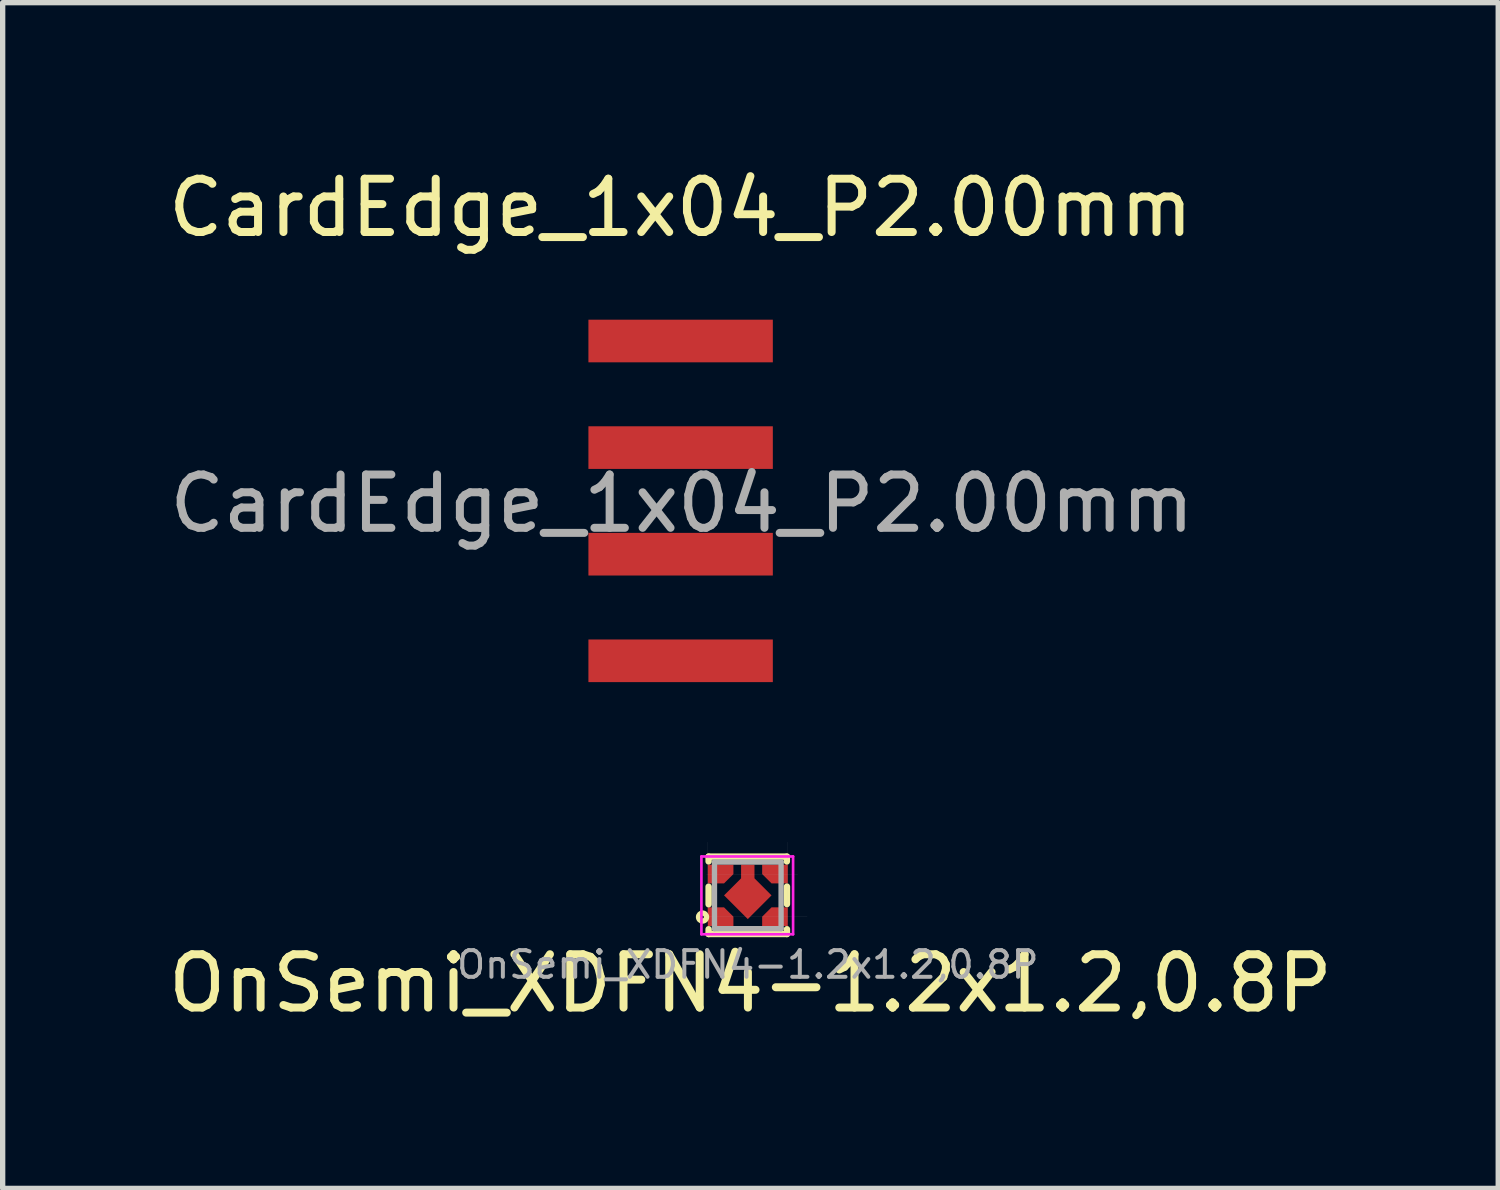
<source format=kicad_pcb>
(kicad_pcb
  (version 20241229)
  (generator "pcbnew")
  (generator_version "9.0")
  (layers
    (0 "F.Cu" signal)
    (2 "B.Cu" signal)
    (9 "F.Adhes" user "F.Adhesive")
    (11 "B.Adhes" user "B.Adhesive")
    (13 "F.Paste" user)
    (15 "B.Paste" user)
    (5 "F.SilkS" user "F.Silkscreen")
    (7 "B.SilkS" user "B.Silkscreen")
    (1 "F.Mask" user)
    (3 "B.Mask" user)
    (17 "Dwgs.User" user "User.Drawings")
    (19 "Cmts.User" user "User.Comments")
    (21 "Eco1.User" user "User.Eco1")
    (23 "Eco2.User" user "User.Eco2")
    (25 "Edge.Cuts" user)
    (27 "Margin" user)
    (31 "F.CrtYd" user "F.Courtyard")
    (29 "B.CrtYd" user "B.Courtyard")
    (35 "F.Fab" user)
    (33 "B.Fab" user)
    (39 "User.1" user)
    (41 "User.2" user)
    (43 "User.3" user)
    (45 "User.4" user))
  (footprint "CardEdge_1x04_P2.00mm"
    (layer "F.Cu")
    (at 9.72 3.348)
    (property "Reference" "CardEdge_1x04_P2.00mm" (at 0 -2.5 0) (layer "F.SilkS") (effects (font (size 1 1) (thickness 0.15))))
    (attr exclude_from_pos_files exclude_from_bom)
    (fp_text user "${REFERENCE}" (at 0.025 3.05 0) (layer "F.Fab") (effects (font (size 1 1) (thickness 0.15))))
    (pad "1" connect rect (at 0 6) (size 3.46 0.8) (layers "F.Cu" "F.Mask"))
    (pad "2" connect rect (at 0 4) (size 3.46 0.8) (layers "F.Cu" "F.Mask"))
    (pad "3" connect rect (at 0 2) (size 3.46 0.8) (layers "F.Cu" "F.Mask"))
    (pad "4" connect rect (at 0 0) (size 3.46 0.8) (layers "F.Cu" "F.Mask")))
  (footprint "OnSemi_XDFN4-1.2x1.2,0.8P"
    (layer "F.Cu")
    (at 10.98 13.749)
    (property "Reference" "OnSemi_XDFN4-1.2x1.2,0.8P" (at 0.05 1.65 0) (layer "F.SilkS") (effects (font (size 1 1) (thickness 0.15))))
    (attr smd)
    (fp_line (start -0.735 -0.727) (end 0.735 -0.727) (stroke (width 0.12) (type solid)) (layer "F.SilkS"))
    (fp_line (start -0.735 -0.637) (end -0.735 -0.727) (stroke (width 0.12) (type solid)) (layer "F.SilkS"))
    (fp_line (start -0.735 -0.163) (end -0.735 0.167) (stroke (width 0.12) (type solid)) (layer "F.SilkS"))
    (fp_line (start -0.735 0.725) (end -0.735 0.635) (stroke (width 0.12) (type solid)) (layer "F.SilkS"))
    (fp_line (start -0.735 0.725) (end 0.735 0.725) (stroke (width 0.12) (type solid)) (layer "F.SilkS"))
    (fp_line (start 0.733 -0.636) (end 0.733 -0.726) (stroke (width 0.12) (type solid)) (layer "F.SilkS"))
    (fp_line (start 0.735 -0.165) (end 0.735 0.164) (stroke (width 0.12) (type solid)) (layer "F.SilkS"))
    (fp_line (start 0.735 0.725) (end 0.735 0.635) (stroke (width 0.12) (type solid)) (layer "F.SilkS"))
    (fp_circle (center -0.849 0.407) (end -0.849 0.382) (stroke (width 0.1) (type default)) (fill no) (layer "F.SilkS"))
    (fp_line (start -0.87 -0.73) (end 0.85 -0.73) (stroke (width 0.05) (type solid)) (layer "F.CrtYd"))
    (fp_line (start -0.87 0.73) (end -0.87 -0.73) (stroke (width 0.05) (type solid)) (layer "F.CrtYd"))
    (fp_line (start 0.85 -0.73) (end 0.85 0.73) (stroke (width 0.05) (type solid)) (layer "F.CrtYd"))
    (fp_line (start 0.85 0.73) (end -0.87 0.73) (stroke (width 0.05) (type solid)) (layer "F.CrtYd"))
    (fp_line (start -0.75 -1) (end -0.75 0.5) (stroke (width 0.001) (type solid)) (layer "F.Fab"))
    (fp_line (start -0.625 -0.625) (end -0.625 0.625) (stroke (width 0.1) (type default)) (layer "F.Fab"))
    (fp_line (start -0.625 0.625) (end 0.625 0.625) (stroke (width 0.1) (type default)) (layer "F.Fab"))
    (fp_line (start 0.625 -0.625) (end -0.625 -0.625) (stroke (width 0.1) (type default)) (layer "F.Fab"))
    (fp_line (start 0.625 0.625) (end 0.625 -0.625) (stroke (width 0.1) (type default)) (layer "F.Fab"))
    (fp_line (start 0.75 -1) (end -0.75 -1) (stroke (width 0.001) (type solid)) (layer "F.Fab"))
    (fp_line (start 0.75 0.5) (end 0.75 -1) (stroke (width 0.001) (type solid)) (layer "F.Fab"))
    (fp_line (start 0.939 -0.4) (end -0.775 -0.4) (stroke (width 0.001) (type solid)) (layer "F.Fab"))
    (fp_line (start 1.114 0.4) (end -0.753 0.4) (stroke (width 0.001) (type solid)) (layer "F.Fab"))
    (fp_text user "${REFERENCE}" (at 0 1.3 0) (layer "F.Fab") (effects (font (size 0.5 0.5) (thickness 0.075))))
    (pad "1" smd custom (at -0.598 0.4) (size 0.305 0.35) (layers "F.Cu" "F.Mask" "F.Paste") (options (anchor rect)) (primitives (gr_poly (pts (xy -0.152 -0.175) (xy -0.152 0.175) (xy 0.328 0.175) (xy 0.328 0) (xy 0.152 -0.175)) (width 0) (fill yes)) (gr_line (start 0.328 0.175) (end 0.328 0) (width 0.001)) (gr_line (start 0.152 -0.175) (end 0.328 0) (width 0.001)) (gr_line (start 0.152 0.175) (end 0.328 0.175) (width 0.001))))
    (pad "2" smd custom (at 0.598 0.4) (size 0.305 0.35) (layers "F.Cu" "F.Mask" "F.Paste") (options (anchor rect)) (primitives (gr_poly (pts (xy 0.152 -0.175) (xy 0.152 0.175) (xy -0.328 0.175) (xy -0.328 0) (xy -0.152 -0.175)) (width 0) (fill yes)) (gr_line (start -0.328 0.175) (end -0.328 0) (width 0.001)) (gr_line (start -0.152 -0.175) (end -0.328 0) (width 0.001)) (gr_line (start -0.152 0.175) (end -0.328 0.175) (width 0.001))))
    (pad "3" smd custom (at 0.598 -0.4 180) (size 0.305 0.35) (layers "F.Cu" "F.Mask" "F.Paste") (options (anchor rect)) (primitives (gr_poly (pts (xy -0.152 -0.175) (xy -0.152 0.175) (xy 0.328 0.175) (xy 0.328 0) (xy 0.152 -0.175)) (width 0) (fill yes)) (gr_line (start 0.328 0.175) (end 0.328 0) (width 0.001)) (gr_line (start 0.152 -0.175) (end 0.328 0) (width 0.001)) (gr_line (start 0.152 0.175) (end 0.328 0.175) (width 0.001))))
    (pad "4" smd custom (at -0.598 -0.4) (size 0.305 0.35) (layers "F.Cu" "F.Mask" "F.Paste") (options (anchor rect)) (primitives (gr_poly (pts (xy -0.152 0.175) (xy -0.152 -0.175) (xy 0.328 -0.175) (xy 0.328 0) (xy 0.152 0.175)) (width 0) (fill yes)) (gr_line (start 0.328 -0.175) (end 0.328 0) (width 0.001)) (gr_line (start 0.152 0.175) (end 0.328 0) (width 0.001)) (gr_line (start 0.152 -0.175) (end 0.328 -0.175) (width 0.001))))
    (pad "5" smd custom (at 0 0 45) (size 0.63 0.63) (layers "F.Cu" "F.Mask" "F.Paste") (options (anchor rect)) (primitives (gr_line (start 0.495 -0.318) (end 0.315 -0.138) (width 0.001)) (gr_line (start 0.495 -0.318) (end 0.318 -0.495) (width 0.001)) (gr_line (start 0.318 -0.495) (end 0.138 -0.315) (width 0.001)) (gr_poly (pts (xy -0.315 0.315) (xy 0.315 0.315) (xy 0.315 -0.138) (xy 0.495 -0.318) (xy 0.318 -0.495) (xy 0.138 -0.315) (xy -0.315 -0.315)) (width 0) (fill yes)) (gr_poly (pts (xy -0.315 0.315) (xy -0.315 -0.315) (xy 0.138 -0.315) (xy 0.318 -0.495) (xy 0.495 -0.318) (xy 0.315 -0.138) (xy 0.315 0.315)) (width 0) (fill yes)))))
  (gr_rect
    (start -3 -3)
    (end 25.06 19.247)
    (stroke (width 0.1) (type default))
    (fill no)
    (layer "Edge.Cuts")))
</source>
